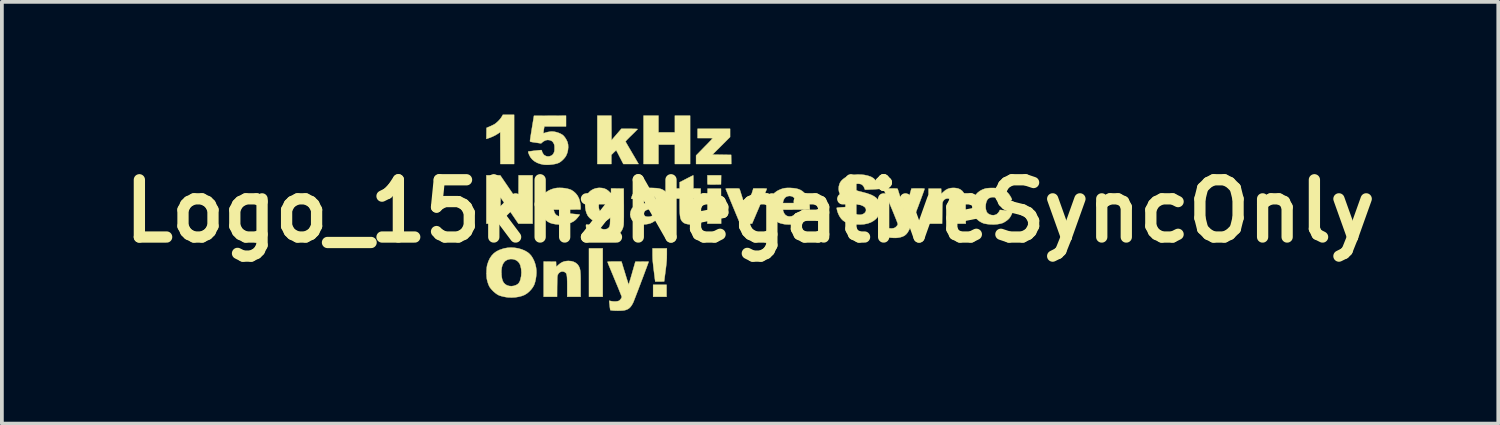
<source format=kicad_pcb>
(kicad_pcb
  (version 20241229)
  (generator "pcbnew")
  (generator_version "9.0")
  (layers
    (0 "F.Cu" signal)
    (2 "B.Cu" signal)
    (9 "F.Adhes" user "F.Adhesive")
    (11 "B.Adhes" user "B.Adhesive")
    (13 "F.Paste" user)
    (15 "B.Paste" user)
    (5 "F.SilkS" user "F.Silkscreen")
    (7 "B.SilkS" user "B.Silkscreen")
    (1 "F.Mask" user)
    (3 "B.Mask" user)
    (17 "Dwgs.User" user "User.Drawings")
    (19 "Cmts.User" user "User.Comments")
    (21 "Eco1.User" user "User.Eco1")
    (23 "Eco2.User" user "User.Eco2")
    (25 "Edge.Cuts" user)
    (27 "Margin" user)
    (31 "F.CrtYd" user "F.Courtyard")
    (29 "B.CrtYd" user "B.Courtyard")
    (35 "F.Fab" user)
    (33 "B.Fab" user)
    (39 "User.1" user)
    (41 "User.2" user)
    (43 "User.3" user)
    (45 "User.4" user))
  (footprint "Logo_15khzNegativeSyncOnly"
    (layer "F.Cu")
    (at 16.916 2.57)
    (property "Reference" "Logo_15khzNegativeSyncOnly" (at 0 0 0) (layer "F.SilkS") (effects (font (size 1.524 1.524) (thickness 0.3))))
    (attr through_hole)
    (fp_poly (pts (xy -3.922 2.279) (xy -4.288 2.279) (xy -4.288 0.992) (xy -3.922 0.992) (xy -3.922 2.279)) (stroke (width 0.01) (type solid)) (fill yes) (layer "F.SilkS"))
    (fp_poly (pts (xy -2.223 2.279) (xy -2.58 2.279) (xy -2.58 1.961) (xy -2.223 1.961) (xy -2.223 2.279)) (stroke (width 0.01) (type solid)) (fill yes) (layer "F.SilkS"))
    (fp_poly (pts (xy -0.772 -0.133) (xy -0.77 0.333) (xy -1.136 0.333) (xy -1.133 -0.133) (xy -1.131 -0.599) (xy -0.774 -0.599) (xy -0.772 -0.133)) (stroke (width 0.01) (type solid)) (fill yes) (layer "F.SilkS"))
    (fp_poly (pts (xy -2.438 -2.096) (xy -2.001 -2.096) (xy -2.001 -2.541) (xy -1.596 -2.541) (xy -1.596 -1.255) (xy -2.001 -1.255) (xy -2.001 -1.771) (xy -2.438 -1.771) (xy -2.438 -1.255) (xy -2.835 -1.255) (xy -2.835 -2.541) (xy -2.438 -2.541) (xy -2.438 -2.096)) (stroke (width 0.01) (type solid)) (fill yes) (layer "F.SilkS"))
    (fp_poly (pts (xy -5.788 0.333) (xy -6.166 0.333) (xy -6.404 -0.016) (xy -6.642 -0.365) (xy -6.644 -0.016) (xy -6.646 0.333) (xy -7.019 0.333) (xy -7.019 -0.953) (xy -6.834 -0.953) (xy -6.65 -0.952) (xy -6.408 -0.598) (xy -6.165 -0.243) (xy -6.163 -0.598) (xy -6.161 -0.953) (xy -5.788 -0.953) (xy -5.788 0.333)) (stroke (width 0.01) (type solid)) (fill yes) (layer "F.SilkS"))
    (fp_poly (pts (xy -0.774 -0.711) (xy -0.949 -0.708) (xy -1.001 -0.708) (xy -1.046 -0.708) (xy -1.084 -0.709) (xy -1.112 -0.71) (xy -1.128 -0.711) (xy -1.13 -0.712) (xy -1.132 -0.721) (xy -1.134 -0.744) (xy -1.135 -0.776) (xy -1.135 -0.816) (xy -1.135 -0.835) (xy -1.135 -0.953) (xy -0.77 -0.953) (xy -0.774 -0.711)) (stroke (width 0.01) (type solid)) (fill yes) (layer "F.SilkS"))
    (fp_poly (pts (xy -6.281 -1.255) (xy -6.646 -1.255) (xy -6.648 -1.679) (xy -6.65 -2.104) (xy -6.709 -2.063) (xy -6.78 -2.02) (xy -6.858 -1.982) (xy -6.947 -1.947) (xy -6.95 -1.946) (xy -7.019 -1.922) (xy -7.017 -2.069) (xy -7.015 -2.216) (xy -6.935 -2.25) (xy -6.896 -2.267) (xy -6.857 -2.286) (xy -6.823 -2.303) (xy -6.808 -2.31) (xy -6.77 -2.337) (xy -6.728 -2.373) (xy -6.685 -2.415) (xy -6.647 -2.459) (xy -6.617 -2.501) (xy -6.611 -2.511) (xy -6.58 -2.565) (xy -6.281 -2.565) (xy -6.281 -1.255)) (stroke (width 0.01) (type solid)) (fill yes) (layer "F.SilkS"))
    (fp_poly (pts (xy -0.532 -1.973) (xy -0.766 -1.739) (xy -1.001 -1.505) (xy -0.752 -1.501) (xy -0.504 -1.497) (xy -0.5 -1.255) (xy -1.437 -1.255) (xy -1.437 -1.481) (xy -1.215 -1.709) (xy -1.166 -1.758) (xy -1.121 -1.804) (xy -1.081 -1.846) (xy -1.047 -1.881) (xy -1.021 -1.91) (xy -1.002 -1.929) (xy -0.993 -1.94) (xy -0.992 -1.941) (xy -1 -1.942) (xy -1.021 -1.943) (xy -1.054 -1.944) (xy -1.097 -1.945) (xy -1.147 -1.945) (xy -1.195 -1.945) (xy -1.397 -1.945) (xy -1.397 -2.191) (xy -0.532 -2.191) (xy -0.532 -1.973)) (stroke (width 0.01) (type solid)) (fill yes) (layer "F.SilkS"))
    (fp_poly (pts (xy -2.215 1.153) (xy -2.216 1.199) (xy -2.216 1.24) (xy -2.218 1.279) (xy -2.22 1.318) (xy -2.224 1.36) (xy -2.228 1.407) (xy -2.235 1.464) (xy -2.243 1.531) (xy -2.251 1.592) (xy -2.259 1.656) (xy -2.267 1.716) (xy -2.274 1.768) (xy -2.279 1.812) (xy -2.283 1.845) (xy -2.286 1.865) (xy -2.287 1.872) (xy -2.294 1.872) (xy -2.315 1.873) (xy -2.346 1.874) (xy -2.384 1.874) (xy -2.405 1.874) (xy -2.524 1.874) (xy -2.528 1.844) (xy -2.53 1.829) (xy -2.534 1.8) (xy -2.539 1.76) (xy -2.545 1.711) (xy -2.552 1.654) (xy -2.56 1.592) (xy -2.565 1.554) (xy -2.574 1.476) (xy -2.581 1.41) (xy -2.587 1.355) (xy -2.591 1.307) (xy -2.594 1.263) (xy -2.595 1.22) (xy -2.596 1.176) (xy -2.596 1.143) (xy -2.596 0.992) (xy -2.215 0.992) (xy -2.215 1.153)) (stroke (width 0.01) (type solid)) (fill yes) (layer "F.SilkS"))
    (fp_poly (pts (xy -3.688 -1.887) (xy -3.557 -2.039) (xy -3.426 -2.191) (xy -3.21 -2.191) (xy -3.148 -2.191) (xy -3.094 -2.19) (xy -3.05 -2.189) (xy -3.018 -2.188) (xy -2.998 -2.186) (xy -2.993 -2.184) (xy -2.999 -2.177) (xy -3.014 -2.16) (xy -3.039 -2.135) (xy -3.07 -2.104) (xy -3.107 -2.067) (xy -3.148 -2.027) (xy -3.156 -2.019) (xy -3.205 -1.972) (xy -3.245 -1.931) (xy -3.278 -1.898) (xy -3.3 -1.872) (xy -3.313 -1.856) (xy -3.315 -1.851) (xy -3.31 -1.842) (xy -3.298 -1.821) (xy -3.28 -1.789) (xy -3.256 -1.748) (xy -3.228 -1.7) (xy -3.196 -1.645) (xy -3.161 -1.586) (xy -3.149 -1.565) (xy -3.114 -1.505) (xy -3.08 -1.448) (xy -3.05 -1.396) (xy -3.024 -1.351) (xy -3.003 -1.315) (xy -2.988 -1.289) (xy -2.979 -1.274) (xy -2.978 -1.272) (xy -2.969 -1.255) (xy -3.373 -1.255) (xy -3.466 -1.435) (xy -3.491 -1.484) (xy -3.514 -1.529) (xy -3.534 -1.566) (xy -3.549 -1.595) (xy -3.559 -1.613) (xy -3.562 -1.619) (xy -3.569 -1.616) (xy -3.584 -1.602) (xy -3.606 -1.582) (xy -3.629 -1.56) (xy -3.692 -1.497) (xy -3.692 -1.255) (xy -4.065 -1.255) (xy -4.065 -2.541) (xy -3.692 -2.541) (xy -3.688 -1.887)) (stroke (width 0.01) (type solid)) (fill yes) (layer "F.SilkS"))
    (fp_poly (pts (xy -4.757 1.332) (xy -4.692 1.351) (xy -4.637 1.38) (xy -4.591 1.419) (xy -4.558 1.468) (xy -4.558 1.468) (xy -4.547 1.492) (xy -4.537 1.514) (xy -4.53 1.539) (xy -4.524 1.566) (xy -4.519 1.598) (xy -4.516 1.636) (xy -4.513 1.682) (xy -4.511 1.738) (xy -4.51 1.805) (xy -4.51 1.885) (xy -4.51 1.957) (xy -4.51 2.279) (xy -4.867 2.279) (xy -4.867 2.023) (xy -4.867 1.938) (xy -4.868 1.867) (xy -4.87 1.809) (xy -4.872 1.763) (xy -4.876 1.726) (xy -4.88 1.697) (xy -4.887 1.675) (xy -4.894 1.659) (xy -4.903 1.646) (xy -4.907 1.643) (xy -4.941 1.618) (xy -4.98 1.607) (xy -5.019 1.609) (xy -5.057 1.624) (xy -5.09 1.65) (xy -5.115 1.688) (xy -5.116 1.69) (xy -5.12 1.701) (xy -5.124 1.712) (xy -5.127 1.726) (xy -5.129 1.744) (xy -5.131 1.767) (xy -5.132 1.799) (xy -5.133 1.84) (xy -5.134 1.893) (xy -5.135 1.958) (xy -5.136 2.003) (xy -5.138 2.279) (xy -5.494 2.279) (xy -5.494 1.342) (xy -5.33 1.344) (xy -5.165 1.346) (xy -5.16 1.486) (xy -5.103 1.432) (xy -5.048 1.387) (xy -4.993 1.356) (xy -4.934 1.336) (xy -4.867 1.327) (xy -4.828 1.326) (xy -4.757 1.332)) (stroke (width 0.01) (type solid)) (fill yes) (layer "F.SilkS"))
    (fp_poly (pts (xy 5.443 -0.617) (xy 5.49 -0.612) (xy 5.527 -0.605) (xy 5.56 -0.594) (xy 5.594 -0.577) (xy 5.606 -0.57) (xy 5.649 -0.536) (xy 5.684 -0.491) (xy 5.712 -0.432) (xy 5.718 -0.414) (xy 5.723 -0.401) (xy 5.726 -0.388) (xy 5.729 -0.373) (xy 5.731 -0.356) (xy 5.733 -0.333) (xy 5.735 -0.305) (xy 5.736 -0.269) (xy 5.737 -0.223) (xy 5.738 -0.166) (xy 5.738 -0.097) (xy 5.739 -0.014) (xy 5.742 0.333) (xy 5.385 0.333) (xy 5.381 0.05) (xy 5.38 -0.034) (xy 5.379 -0.103) (xy 5.377 -0.158) (xy 5.376 -0.201) (xy 5.373 -0.232) (xy 5.371 -0.252) (xy 5.368 -0.262) (xy 5.348 -0.298) (xy 5.319 -0.322) (xy 5.285 -0.335) (xy 5.248 -0.337) (xy 5.211 -0.329) (xy 5.176 -0.31) (xy 5.148 -0.28) (xy 5.132 -0.252) (xy 5.128 -0.242) (xy 5.125 -0.229) (xy 5.122 -0.213) (xy 5.12 -0.192) (xy 5.119 -0.163) (xy 5.118 -0.126) (xy 5.117 -0.077) (xy 5.116 -0.017) (xy 5.115 0.058) (xy 5.112 0.333) (xy 4.748 0.333) (xy 4.75 -0.133) (xy 4.752 -0.599) (xy 5.086 -0.599) (xy 5.09 -0.459) (xy 5.147 -0.512) (xy 5.204 -0.56) (xy 5.264 -0.592) (xy 5.327 -0.611) (xy 5.398 -0.618) (xy 5.443 -0.617)) (stroke (width 0.01) (type solid)) (fill yes) (layer "F.SilkS"))
    (fp_poly (pts (xy -1.512 -0.945) (xy -1.51 -0.924) (xy -1.51 -0.892) (xy -1.509 -0.85) (xy -1.509 -0.802) (xy -1.509 -0.778) (xy -1.509 -0.604) (xy -1.411 -0.602) (xy -1.314 -0.599) (xy -1.314 -0.337) (xy -1.411 -0.335) (xy -1.509 -0.333) (xy -1.509 -0.138) (xy -1.508 -0.077) (xy -1.507 -0.023) (xy -1.506 0.02) (xy -1.504 0.051) (xy -1.501 0.069) (xy -1.501 0.072) (xy -1.483 0.088) (xy -1.454 0.096) (xy -1.415 0.096) (xy -1.388 0.091) (xy -1.361 0.087) (xy -1.341 0.085) (xy -1.333 0.086) (xy -1.33 0.096) (xy -1.326 0.118) (xy -1.322 0.149) (xy -1.319 0.183) (xy -1.314 0.222) (xy -1.31 0.257) (xy -1.307 0.285) (xy -1.305 0.299) (xy -1.303 0.316) (xy -1.309 0.325) (xy -1.325 0.331) (xy -1.331 0.332) (xy -1.355 0.337) (xy -1.39 0.342) (xy -1.432 0.347) (xy -1.476 0.351) (xy -1.517 0.355) (xy -1.551 0.356) (xy -1.568 0.356) (xy -1.593 0.355) (xy -1.626 0.352) (xy -1.655 0.348) (xy -1.715 0.335) (xy -1.764 0.313) (xy -1.802 0.281) (xy -1.803 0.28) (xy -1.821 0.257) (xy -1.836 0.232) (xy -1.848 0.203) (xy -1.857 0.168) (xy -1.864 0.126) (xy -1.869 0.075) (xy -1.872 0.013) (xy -1.873 -0.061) (xy -1.874 -0.145) (xy -1.874 -0.333) (xy -2.005 -0.337) (xy -2.005 -0.599) (xy -1.874 -0.604) (xy -1.874 -0.769) (xy -1.695 -0.861) (xy -1.647 -0.886) (xy -1.603 -0.908) (xy -1.565 -0.927) (xy -1.537 -0.942) (xy -1.518 -0.95) (xy -1.513 -0.953) (xy -1.512 -0.945)) (stroke (width 0.01) (type solid)) (fill yes) (layer "F.SilkS"))
    (fp_poly (pts (xy 0.327 -0.603) (xy 0.372 -0.603) (xy 0.405 -0.601) (xy 0.427 -0.6) (xy 0.44 -0.597) (xy 0.445 -0.594) (xy 0.445 -0.593) (xy 0.442 -0.583) (xy 0.433 -0.561) (xy 0.42 -0.529) (xy 0.404 -0.489) (xy 0.385 -0.443) (xy 0.378 -0.428) (xy 0.36 -0.385) (xy 0.337 -0.331) (xy 0.309 -0.267) (xy 0.279 -0.196) (xy 0.248 -0.122) (xy 0.216 -0.047) (xy 0.185 0.026) (xy 0.183 0.03) (xy 0.054 0.333) (xy -0.266 0.333) (xy -0.455 -0.121) (xy -0.488 -0.202) (xy -0.52 -0.278) (xy -0.549 -0.349) (xy -0.576 -0.414) (xy -0.599 -0.47) (xy -0.618 -0.517) (xy -0.633 -0.553) (xy -0.643 -0.578) (xy -0.648 -0.589) (xy -0.648 -0.59) (xy -0.649 -0.594) (xy -0.646 -0.597) (xy -0.638 -0.6) (xy -0.622 -0.602) (xy -0.598 -0.603) (xy -0.563 -0.603) (xy -0.515 -0.603) (xy -0.469 -0.603) (xy -0.411 -0.603) (xy -0.366 -0.603) (xy -0.333 -0.603) (xy -0.31 -0.601) (xy -0.295 -0.599) (xy -0.287 -0.597) (xy -0.282 -0.593) (xy -0.278 -0.587) (xy -0.278 -0.586) (xy -0.274 -0.574) (xy -0.266 -0.549) (xy -0.254 -0.513) (xy -0.24 -0.467) (xy -0.223 -0.413) (xy -0.204 -0.353) (xy -0.186 -0.294) (xy -0.167 -0.232) (xy -0.149 -0.174) (xy -0.134 -0.122) (xy -0.12 -0.08) (xy -0.11 -0.047) (xy -0.103 -0.026) (xy -0.101 -0.019) (xy -0.098 -0.025) (xy -0.091 -0.045) (xy -0.081 -0.074) (xy -0.068 -0.113) (xy -0.054 -0.157) (xy -0.053 -0.161) (xy -0.034 -0.22) (xy -0.013 -0.287) (xy 0.01 -0.357) (xy 0.03 -0.422) (xy 0.041 -0.455) (xy 0.088 -0.603) (xy 0.266 -0.603) (xy 0.327 -0.603)) (stroke (width 0.01) (type solid)) (fill yes) (layer "F.SilkS"))
    (fp_poly (pts (xy -4.996 -0.617) (xy -4.924 -0.609) (xy -4.856 -0.596) (xy -4.796 -0.579) (xy -4.762 -0.565) (xy -4.7 -0.526) (xy -4.643 -0.475) (xy -4.595 -0.415) (xy -4.559 -0.348) (xy -4.547 -0.317) (xy -4.533 -0.267) (xy -4.522 -0.212) (xy -4.514 -0.155) (xy -4.511 -0.105) (xy -4.511 -0.083) (xy -4.514 -0.044) (xy -4.87 -0.042) (xy -5.226 -0.04) (xy -5.221 -0.01) (xy -5.205 0.041) (xy -5.179 0.083) (xy -5.143 0.114) (xy -5.094 0.136) (xy -5.042 0.142) (xy -4.991 0.135) (xy -4.943 0.113) (xy -4.915 0.091) (xy -4.879 0.058) (xy -4.708 0.074) (xy -4.658 0.079) (xy -4.613 0.083) (xy -4.577 0.087) (xy -4.55 0.09) (xy -4.536 0.092) (xy -4.535 0.092) (xy -4.537 0.1) (xy -4.548 0.116) (xy -4.565 0.139) (xy -4.586 0.166) (xy -4.609 0.193) (xy -4.632 0.218) (xy -4.642 0.229) (xy -4.694 0.27) (xy -4.758 0.304) (xy -4.832 0.329) (xy -4.916 0.347) (xy -5.007 0.356) (xy -5.103 0.355) (xy -5.181 0.348) (xy -5.258 0.334) (xy -5.325 0.313) (xy -5.384 0.281) (xy -5.439 0.238) (xy -5.467 0.211) (xy -5.515 0.151) (xy -5.551 0.082) (xy -5.576 0.007) (xy -5.589 -0.072) (xy -5.591 -0.153) (xy -5.581 -0.232) (xy -5.224 -0.232) (xy -5.219 -0.224) (xy -5.206 -0.218) (xy -5.184 -0.216) (xy -5.151 -0.214) (xy -5.106 -0.214) (xy -5.05 -0.214) (xy -4.875 -0.214) (xy -4.88 -0.236) (xy -4.892 -0.278) (xy -4.906 -0.316) (xy -4.92 -0.345) (xy -4.924 -0.351) (xy -4.952 -0.377) (xy -4.989 -0.395) (xy -5.033 -0.403) (xy -5.078 -0.402) (xy -5.121 -0.39) (xy -5.125 -0.388) (xy -5.166 -0.362) (xy -5.194 -0.327) (xy -5.212 -0.284) (xy -5.219 -0.262) (xy -5.224 -0.245) (xy -5.224 -0.232) (xy -5.581 -0.232) (xy -5.581 -0.234) (xy -5.559 -0.313) (xy -5.525 -0.387) (xy -5.48 -0.455) (xy -5.47 -0.467) (xy -5.431 -0.503) (xy -5.38 -0.537) (xy -5.319 -0.568) (xy -5.254 -0.592) (xy -5.197 -0.608) (xy -5.137 -0.617) (xy -5.069 -0.619) (xy -4.996 -0.617)) (stroke (width 0.01) (type solid)) (fill yes) (layer "F.SilkS"))
    (fp_poly (pts (xy -6.266 0.976) (xy -6.172 0.991) (xy -6.082 1.017) (xy -5.998 1.051) (xy -5.924 1.094) (xy -5.881 1.128) (xy -5.831 1.181) (xy -5.787 1.247) (xy -5.749 1.323) (xy -5.719 1.406) (xy -5.698 1.494) (xy -5.688 1.575) (xy -5.687 1.648) (xy -5.693 1.726) (xy -5.704 1.804) (xy -5.72 1.879) (xy -5.741 1.945) (xy -5.749 1.966) (xy -5.782 2.026) (xy -5.827 2.086) (xy -5.879 2.141) (xy -5.936 2.189) (xy -5.994 2.225) (xy -5.998 2.228) (xy -6.074 2.258) (xy -6.159 2.28) (xy -6.252 2.295) (xy -6.346 2.3) (xy -6.44 2.296) (xy -6.459 2.294) (xy -6.515 2.286) (xy -6.571 2.274) (xy -6.624 2.261) (xy -6.668 2.247) (xy -6.685 2.241) (xy -6.731 2.216) (xy -6.78 2.181) (xy -6.83 2.138) (xy -6.875 2.092) (xy -6.914 2.046) (xy -6.935 2.015) (xy -6.958 1.967) (xy -6.981 1.904) (xy -7.001 1.83) (xy -7.009 1.789) (xy -7.013 1.736) (xy -7.015 1.676) (xy -7.015 1.613) (xy -7.014 1.584) (xy -6.619 1.584) (xy -6.619 1.663) (xy -6.612 1.743) (xy -6.6 1.809) (xy -6.582 1.863) (xy -6.557 1.907) (xy -6.524 1.941) (xy -6.483 1.968) (xy -6.473 1.973) (xy -6.416 1.992) (xy -6.354 1.998) (xy -6.29 1.99) (xy -6.23 1.969) (xy -6.225 1.967) (xy -6.185 1.943) (xy -6.155 1.913) (xy -6.132 1.875) (xy -6.114 1.826) (xy -6.093 1.731) (xy -6.086 1.633) (xy -6.093 1.537) (xy -6.114 1.445) (xy -6.116 1.439) (xy -6.141 1.387) (xy -6.177 1.343) (xy -6.223 1.309) (xy -6.275 1.287) (xy -6.332 1.276) (xy -6.391 1.277) (xy -6.451 1.292) (xy -6.476 1.303) (xy -6.524 1.334) (xy -6.562 1.379) (xy -6.591 1.435) (xy -6.61 1.504) (xy -6.619 1.584) (xy -7.014 1.584) (xy -7.012 1.552) (xy -7.008 1.496) (xy -7 1.45) (xy -6.997 1.435) (xy -6.965 1.338) (xy -6.926 1.255) (xy -6.878 1.184) (xy -6.821 1.124) (xy -6.753 1.074) (xy -6.673 1.034) (xy -6.58 1.002) (xy -6.547 0.992) (xy -6.456 0.976) (xy -6.361 0.97) (xy -6.266 0.976)) (stroke (width 0.01) (type solid)) (fill yes) (layer "F.SilkS"))
    (fp_poly (pts (xy 6.479 -0.616) (xy 6.541 -0.613) (xy 6.597 -0.608) (xy 6.644 -0.6) (xy 6.657 -0.597) (xy 6.723 -0.576) (xy 6.777 -0.552) (xy 6.822 -0.523) (xy 6.862 -0.486) (xy 6.9 -0.438) (xy 6.904 -0.433) (xy 6.923 -0.404) (xy 6.941 -0.373) (xy 6.957 -0.343) (xy 6.967 -0.318) (xy 6.971 -0.303) (xy 6.964 -0.3) (xy 6.943 -0.295) (xy 6.912 -0.29) (xy 6.872 -0.284) (xy 6.834 -0.279) (xy 6.787 -0.273) (xy 6.743 -0.267) (xy 6.707 -0.262) (xy 6.68 -0.258) (xy 6.668 -0.257) (xy 6.65 -0.255) (xy 6.638 -0.26) (xy 6.628 -0.274) (xy 6.623 -0.284) (xy 6.595 -0.323) (xy 6.557 -0.351) (xy 6.513 -0.368) (xy 6.464 -0.373) (xy 6.414 -0.367) (xy 6.365 -0.347) (xy 6.344 -0.333) (xy 6.32 -0.308) (xy 6.299 -0.27) (xy 6.283 -0.223) (xy 6.274 -0.171) (xy 6.27 -0.118) (xy 6.274 -0.066) (xy 6.276 -0.054) (xy 6.288 -0.008) (xy 6.302 0.026) (xy 6.321 0.051) (xy 6.339 0.067) (xy 6.385 0.093) (xy 6.436 0.107) (xy 6.489 0.108) (xy 6.538 0.096) (xy 6.558 0.087) (xy 6.585 0.066) (xy 6.612 0.037) (xy 6.633 0.006) (xy 6.641 -0.014) (xy 6.649 -0.028) (xy 6.656 -0.032) (xy 6.667 -0.031) (xy 6.69 -0.029) (xy 6.725 -0.025) (xy 6.767 -0.021) (xy 6.816 -0.016) (xy 6.827 -0.015) (xy 6.989 0.003) (xy 6.984 0.027) (xy 6.975 0.056) (xy 6.959 0.092) (xy 6.939 0.131) (xy 6.917 0.167) (xy 6.904 0.185) (xy 6.875 0.216) (xy 6.836 0.249) (xy 6.792 0.279) (xy 6.748 0.305) (xy 6.719 0.318) (xy 6.654 0.336) (xy 6.578 0.349) (xy 6.496 0.355) (xy 6.41 0.354) (xy 6.324 0.346) (xy 6.324 0.346) (xy 6.28 0.339) (xy 6.246 0.333) (xy 6.22 0.326) (xy 6.195 0.317) (xy 6.167 0.304) (xy 6.151 0.296) (xy 6.09 0.259) (xy 6.036 0.211) (xy 5.989 0.155) (xy 5.954 0.096) (xy 5.938 0.056) (xy 5.922 -0.018) (xy 5.914 -0.096) (xy 5.915 -0.175) (xy 5.924 -0.252) (xy 5.942 -0.321) (xy 5.959 -0.362) (xy 6 -0.428) (xy 6.054 -0.487) (xy 6.118 -0.537) (xy 6.191 -0.576) (xy 6.261 -0.6) (xy 6.302 -0.608) (xy 6.355 -0.613) (xy 6.416 -0.616) (xy 6.479 -0.616)) (stroke (width 0.01) (type solid)) (fill yes) (layer "F.SilkS"))
    (fp_poly (pts (xy 1.075 -0.617) (xy 1.158 -0.611) (xy 1.228 -0.601) (xy 1.288 -0.585) (xy 1.341 -0.563) (xy 1.39 -0.533) (xy 1.436 -0.494) (xy 1.45 -0.481) (xy 1.496 -0.428) (xy 1.532 -0.373) (xy 1.557 -0.31) (xy 1.575 -0.24) (xy 1.584 -0.157) (xy 1.586 -0.133) (xy 1.59 -0.04) (xy 1.232 -0.04) (xy 1.158 -0.04) (xy 1.089 -0.039) (xy 1.028 -0.039) (xy 0.974 -0.039) (xy 0.93 -0.038) (xy 0.898 -0.038) (xy 0.878 -0.037) (xy 0.873 -0.037) (xy 0.876 -0.028) (xy 0.881 -0.008) (xy 0.889 0.018) (xy 0.889 0.018) (xy 0.912 0.067) (xy 0.944 0.105) (xy 0.986 0.13) (xy 1.034 0.142) (xy 1.088 0.14) (xy 1.115 0.134) (xy 1.137 0.124) (xy 1.164 0.106) (xy 1.182 0.092) (xy 1.219 0.057) (xy 1.389 0.073) (xy 1.44 0.078) (xy 1.484 0.083) (xy 1.521 0.087) (xy 1.548 0.09) (xy 1.562 0.092) (xy 1.563 0.092) (xy 1.562 0.101) (xy 1.551 0.118) (xy 1.534 0.142) (xy 1.511 0.17) (xy 1.485 0.2) (xy 1.476 0.21) (xy 1.436 0.249) (xy 1.394 0.28) (xy 1.349 0.304) (xy 1.295 0.322) (xy 1.232 0.337) (xy 1.183 0.346) (xy 1.099 0.354) (xy 1.01 0.355) (xy 0.949 0.352) (xy 0.906 0.346) (xy 0.858 0.336) (xy 0.811 0.324) (xy 0.772 0.311) (xy 0.758 0.305) (xy 0.7 0.27) (xy 0.646 0.222) (xy 0.598 0.166) (xy 0.561 0.104) (xy 0.546 0.07) (xy 0.52 -0.022) (xy 0.51 -0.113) (xy 0.515 -0.204) (xy 0.517 -0.214) (xy 0.873 -0.214) (xy 1.048 -0.214) (xy 1.105 -0.214) (xy 1.149 -0.215) (xy 1.181 -0.216) (xy 1.202 -0.217) (xy 1.215 -0.22) (xy 1.221 -0.223) (xy 1.223 -0.227) (xy 1.219 -0.247) (xy 1.211 -0.275) (xy 1.199 -0.306) (xy 1.187 -0.334) (xy 1.175 -0.353) (xy 1.173 -0.355) (xy 1.138 -0.383) (xy 1.095 -0.399) (xy 1.048 -0.404) (xy 1.001 -0.397) (xy 0.959 -0.38) (xy 0.929 -0.356) (xy 0.909 -0.328) (xy 0.891 -0.29) (xy 0.879 -0.25) (xy 0.878 -0.244) (xy 0.873 -0.214) (xy 0.517 -0.214) (xy 0.533 -0.283) (xy 0.563 -0.362) (xy 0.601 -0.428) (xy 0.649 -0.483) (xy 0.709 -0.529) (xy 0.762 -0.558) (xy 0.82 -0.583) (xy 0.873 -0.601) (xy 0.926 -0.612) (xy 0.984 -0.617) (xy 1.051 -0.618) (xy 1.075 -0.617)) (stroke (width 0.01) (type solid)) (fill yes) (layer "F.SilkS"))
    (fp_poly (pts (xy -3.404 1.403) (xy -3.371 1.513) (xy -3.341 1.609) (xy -3.316 1.691) (xy -3.295 1.76) (xy -3.277 1.817) (xy -3.262 1.863) (xy -3.251 1.898) (xy -3.242 1.924) (xy -3.236 1.942) (xy -3.233 1.951) (xy -3.231 1.953) (xy -3.228 1.946) (xy -3.221 1.925) (xy -3.211 1.892) (xy -3.198 1.848) (xy -3.182 1.796) (xy -3.165 1.737) (xy -3.146 1.672) (xy -3.14 1.65) (xy -3.053 1.346) (xy -2.876 1.344) (xy -2.825 1.343) (xy -2.78 1.343) (xy -2.743 1.343) (xy -2.716 1.344) (xy -2.701 1.345) (xy -2.7 1.345) (xy -2.702 1.355) (xy -2.71 1.378) (xy -2.723 1.413) (xy -2.739 1.458) (xy -2.759 1.512) (xy -2.783 1.574) (xy -2.808 1.642) (xy -2.835 1.715) (xy -2.864 1.792) (xy -2.894 1.87) (xy -2.923 1.948) (xy -2.953 2.026) (xy -2.981 2.101) (xy -3.009 2.172) (xy -3.034 2.238) (xy -3.057 2.297) (xy -3.077 2.348) (xy -3.093 2.39) (xy -3.105 2.42) (xy -3.113 2.437) (xy -3.114 2.44) (xy -3.147 2.5) (xy -3.18 2.547) (xy -3.215 2.582) (xy -3.255 2.609) (xy -3.303 2.629) (xy -3.343 2.64) (xy -3.374 2.645) (xy -3.416 2.648) (xy -3.466 2.65) (xy -3.52 2.651) (xy -3.574 2.65) (xy -3.625 2.648) (xy -3.667 2.644) (xy -3.671 2.644) (xy -3.696 2.64) (xy -3.714 2.637) (xy -3.72 2.635) (xy -3.722 2.626) (xy -3.725 2.605) (xy -3.73 2.575) (xy -3.734 2.54) (xy -3.738 2.502) (xy -3.742 2.466) (xy -3.746 2.435) (xy -3.747 2.413) (xy -3.748 2.405) (xy -3.748 2.385) (xy -3.694 2.396) (xy -3.649 2.403) (xy -3.601 2.405) (xy -3.556 2.403) (xy -3.517 2.396) (xy -3.488 2.386) (xy -3.487 2.386) (xy -3.468 2.37) (xy -3.448 2.347) (xy -3.43 2.321) (xy -3.418 2.298) (xy -3.414 2.284) (xy -3.417 2.274) (xy -3.426 2.251) (xy -3.44 2.216) (xy -3.458 2.171) (xy -3.48 2.116) (xy -3.506 2.052) (xy -3.535 1.982) (xy -3.567 1.906) (xy -3.6 1.826) (xy -3.605 1.815) (xy -3.638 1.734) (xy -3.67 1.658) (xy -3.699 1.587) (xy -3.726 1.523) (xy -3.749 1.468) (xy -3.768 1.421) (xy -3.782 1.385) (xy -3.791 1.361) (xy -3.795 1.351) (xy -3.795 1.35) (xy -3.788 1.347) (xy -3.767 1.345) (xy -3.732 1.343) (xy -3.681 1.342) (xy -3.615 1.342) (xy -3.609 1.342) (xy -3.423 1.342) (xy -3.404 1.403)) (stroke (width 0.01) (type solid)) (fill yes) (layer "F.SilkS"))
    (fp_poly (pts (xy -4.899 -2.255) (xy -5.476 -2.255) (xy -5.491 -2.167) (xy -5.496 -2.132) (xy -5.499 -2.102) (xy -5.501 -2.082) (xy -5.5 -2.075) (xy -5.49 -2.075) (xy -5.472 -2.08) (xy -5.464 -2.083) (xy -5.43 -2.094) (xy -5.386 -2.105) (xy -5.339 -2.113) (xy -5.297 -2.119) (xy -5.273 -2.12) (xy -5.216 -2.115) (xy -5.155 -2.102) (xy -5.094 -2.082) (xy -5.037 -2.057) (xy -4.991 -2.029) (xy -4.976 -2.017) (xy -4.947 -1.986) (xy -4.916 -1.945) (xy -4.888 -1.898) (xy -4.866 -1.852) (xy -4.859 -1.834) (xy -4.844 -1.77) (xy -4.841 -1.698) (xy -4.848 -1.624) (xy -4.865 -1.551) (xy -4.893 -1.484) (xy -4.907 -1.457) (xy -4.933 -1.422) (xy -4.966 -1.384) (xy -5.004 -1.347) (xy -5.042 -1.316) (xy -5.076 -1.293) (xy -5.08 -1.291) (xy -5.129 -1.271) (xy -5.191 -1.255) (xy -5.26 -1.243) (xy -5.333 -1.235) (xy -5.405 -1.232) (xy -5.473 -1.235) (xy -5.499 -1.238) (xy -5.586 -1.257) (xy -5.666 -1.286) (xy -5.735 -1.325) (xy -5.794 -1.372) (xy -5.841 -1.428) (xy -5.866 -1.471) (xy -5.886 -1.514) (xy -5.899 -1.549) (xy -5.906 -1.573) (xy -5.906 -1.585) (xy -5.905 -1.585) (xy -5.896 -1.587) (xy -5.874 -1.591) (xy -5.841 -1.595) (xy -5.802 -1.6) (xy -5.757 -1.606) (xy -5.711 -1.611) (xy -5.666 -1.616) (xy -5.625 -1.62) (xy -5.59 -1.623) (xy -5.565 -1.624) (xy -5.553 -1.624) (xy -5.552 -1.624) (xy -5.543 -1.614) (xy -5.542 -1.606) (xy -5.537 -1.583) (xy -5.524 -1.554) (xy -5.507 -1.525) (xy -5.488 -1.5) (xy -5.477 -1.491) (xy -5.431 -1.465) (xy -5.382 -1.455) (xy -5.332 -1.46) (xy -5.285 -1.48) (xy -5.26 -1.498) (xy -5.24 -1.522) (xy -5.227 -1.546) (xy -5.217 -1.569) (xy -5.21 -1.589) (xy -5.207 -1.611) (xy -5.205 -1.64) (xy -5.205 -1.675) (xy -5.205 -1.715) (xy -5.207 -1.743) (xy -5.211 -1.764) (xy -5.218 -1.784) (xy -5.227 -1.804) (xy -5.249 -1.84) (xy -5.277 -1.866) (xy -5.314 -1.883) (xy -5.347 -1.892) (xy -5.399 -1.895) (xy -5.451 -1.882) (xy -5.502 -1.854) (xy -5.523 -1.838) (xy -5.563 -1.803) (xy -5.71 -1.825) (xy -5.761 -1.832) (xy -5.798 -1.838) (xy -5.825 -1.843) (xy -5.841 -1.847) (xy -5.851 -1.852) (xy -5.856 -1.857) (xy -5.857 -1.864) (xy -5.858 -1.866) (xy -5.857 -1.878) (xy -5.854 -1.904) (xy -5.848 -1.942) (xy -5.841 -1.99) (xy -5.832 -2.047) (xy -5.822 -2.111) (xy -5.811 -2.18) (xy -5.806 -2.211) (xy -5.752 -2.537) (xy -5.326 -2.539) (xy -4.899 -2.541) (xy -4.899 -2.255)) (stroke (width 0.01) (type solid)) (fill yes) (layer "F.SilkS"))
    (fp_poly (pts (xy -3.939 -0.615) (xy -3.877 -0.601) (xy -3.823 -0.577) (xy -3.773 -0.541) (xy -3.75 -0.519) (xy -3.7 -0.47) (xy -3.7 -0.604) (xy -3.531 -0.602) (xy -3.363 -0.599) (xy -3.36 -0.139) (xy -3.36 -0.03) (xy -3.36 0.067) (xy -3.36 0.153) (xy -3.361 0.226) (xy -3.362 0.286) (xy -3.364 0.332) (xy -3.365 0.363) (xy -3.367 0.376) (xy -3.384 0.447) (xy -3.414 0.514) (xy -3.455 0.572) (xy -3.504 0.62) (xy -3.52 0.632) (xy -3.575 0.661) (xy -3.642 0.684) (xy -3.72 0.701) (xy -3.804 0.71) (xy -3.895 0.713) (xy -3.988 0.707) (xy -4.002 0.706) (xy -4.082 0.694) (xy -4.148 0.679) (xy -4.203 0.66) (xy -4.248 0.635) (xy -4.284 0.604) (xy -4.315 0.565) (xy -4.325 0.55) (xy -4.339 0.521) (xy -4.35 0.488) (xy -4.36 0.453) (xy -4.366 0.419) (xy -4.368 0.39) (xy -4.366 0.368) (xy -4.36 0.358) (xy -4.357 0.357) (xy -4.346 0.358) (xy -4.323 0.36) (xy -4.288 0.364) (xy -4.245 0.368) (xy -4.197 0.373) (xy -4.186 0.374) (xy -4.025 0.392) (xy -4.003 0.424) (xy -3.975 0.456) (xy -3.94 0.475) (xy -3.896 0.484) (xy -3.879 0.484) (xy -3.827 0.479) (xy -3.787 0.463) (xy -3.757 0.436) (xy -3.747 0.419) (xy -3.739 0.403) (xy -3.734 0.385) (xy -3.73 0.362) (xy -3.727 0.33) (xy -3.726 0.287) (xy -3.725 0.278) (xy -3.722 0.171) (xy -3.754 0.2) (xy -3.814 0.244) (xy -3.879 0.274) (xy -3.949 0.29) (xy -4.02 0.293) (xy -4.091 0.282) (xy -4.159 0.258) (xy -4.223 0.22) (xy -4.262 0.188) (xy -4.287 0.162) (xy -4.31 0.135) (xy -4.325 0.113) (xy -4.355 0.049) (xy -4.375 -0.022) (xy -4.387 -0.099) (xy -4.389 -0.151) (xy -4.029 -0.151) (xy -4.027 -0.092) (xy -4.018 -0.046) (xy -4.004 -0.011) (xy -3.982 0.015) (xy -3.972 0.023) (xy -3.929 0.044) (xy -3.883 0.051) (xy -3.834 0.043) (xy -3.807 0.032) (xy -3.774 0.009) (xy -3.749 -0.027) (xy -3.732 -0.076) (xy -3.726 -0.128) (xy -3.727 -0.189) (xy -3.739 -0.242) (xy -3.76 -0.287) (xy -3.789 -0.322) (xy -3.825 -0.346) (xy -3.865 -0.357) (xy -3.91 -0.355) (xy -3.953 -0.34) (xy -3.975 -0.327) (xy -3.991 -0.31) (xy -4.006 -0.284) (xy -4.008 -0.279) (xy -4.018 -0.256) (xy -4.024 -0.235) (xy -4.028 -0.21) (xy -4.029 -0.178) (xy -4.029 -0.151) (xy -4.389 -0.151) (xy -4.39 -0.178) (xy -4.384 -0.257) (xy -4.37 -0.332) (xy -4.347 -0.402) (xy -4.317 -0.463) (xy -4.286 -0.504) (xy -4.236 -0.548) (xy -4.175 -0.583) (xy -4.108 -0.607) (xy -4.037 -0.618) (xy -4.011 -0.619) (xy -3.939 -0.615)) (stroke (width 0.01) (type solid)) (fill yes) (layer "F.SilkS"))
    (fp_poly (pts (xy -2.607 -0.617) (xy -2.539 -0.614) (xy -2.484 -0.611) (xy -2.439 -0.605) (xy -2.401 -0.597) (xy -2.367 -0.587) (xy -2.333 -0.573) (xy -2.32 -0.567) (xy -2.266 -0.532) (xy -2.224 -0.487) (xy -2.204 -0.454) (xy -2.194 -0.434) (xy -2.186 -0.416) (xy -2.18 -0.398) (xy -2.175 -0.377) (xy -2.171 -0.352) (xy -2.168 -0.322) (xy -2.165 -0.284) (xy -2.164 -0.236) (xy -2.162 -0.178) (xy -2.161 -0.106) (xy -2.16 -0.06) (xy -2.155 0.234) (xy -2.135 0.284) (xy -2.114 0.334) (xy -2.285 0.332) (xy -2.457 0.33) (xy -2.471 0.294) (xy -2.48 0.269) (xy -2.487 0.25) (xy -2.488 0.244) (xy -2.492 0.239) (xy -2.5 0.239) (xy -2.515 0.247) (xy -2.539 0.262) (xy -2.556 0.273) (xy -2.604 0.303) (xy -2.652 0.324) (xy -2.705 0.339) (xy -2.765 0.349) (xy -2.829 0.355) (xy -2.885 0.355) (xy -2.932 0.349) (xy -2.985 0.337) (xy -3.036 0.319) (xy -3.078 0.298) (xy -3.103 0.281) (xy -3.136 0.245) (xy -3.163 0.198) (xy -3.182 0.147) (xy -3.19 0.102) (xy -3.188 0.053) (xy -2.826 0.053) (xy -2.826 0.084) (xy -2.814 0.113) (xy -2.792 0.134) (xy -2.782 0.139) (xy -2.752 0.147) (xy -2.714 0.15) (xy -2.674 0.147) (xy -2.648 0.142) (xy -2.607 0.124) (xy -2.569 0.097) (xy -2.54 0.065) (xy -2.532 0.051) (xy -2.526 0.031) (xy -2.519 0.005) (xy -2.514 -0.025) (xy -2.51 -0.055) (xy -2.508 -0.081) (xy -2.509 -0.098) (xy -2.512 -0.103) (xy -2.523 -0.101) (xy -2.547 -0.095) (xy -2.578 -0.085) (xy -2.616 -0.074) (xy -2.655 -0.062) (xy -2.693 -0.05) (xy -2.727 -0.039) (xy -2.753 -0.03) (xy -2.767 -0.025) (xy -2.796 -0.005) (xy -2.816 0.022) (xy -2.826 0.053) (xy -3.188 0.053) (xy -3.188 0.051) (xy -3.176 -0.002) (xy -3.156 -0.05) (xy -3.14 -0.076) (xy -3.108 -0.106) (xy -3.061 -0.134) (xy -2.998 -0.159) (xy -2.921 -0.183) (xy -2.833 -0.202) (xy -2.769 -0.215) (xy -2.716 -0.227) (xy -2.673 -0.237) (xy -2.634 -0.248) (xy -2.596 -0.259) (xy -2.57 -0.268) (xy -2.507 -0.289) (xy -2.512 -0.316) (xy -2.525 -0.354) (xy -2.548 -0.382) (xy -2.584 -0.398) (xy -2.631 -0.405) (xy -2.638 -0.405) (xy -2.692 -0.4) (xy -2.739 -0.385) (xy -2.778 -0.362) (xy -2.805 -0.331) (xy -2.815 -0.309) (xy -2.823 -0.297) (xy -2.838 -0.296) (xy -2.841 -0.296) (xy -2.856 -0.298) (xy -2.883 -0.301) (xy -2.92 -0.305) (xy -2.965 -0.31) (xy -3.012 -0.315) (xy -3.162 -0.329) (xy -3.157 -0.355) (xy -3.148 -0.39) (xy -3.131 -0.429) (xy -3.11 -0.466) (xy -3.089 -0.496) (xy -3.086 -0.499) (xy -3.046 -0.534) (xy -3 -0.563) (xy -2.946 -0.586) (xy -2.884 -0.602) (xy -2.812 -0.612) (xy -2.728 -0.618) (xy -2.63 -0.618) (xy -2.607 -0.617)) (stroke (width 0.01) (type solid)) (fill yes) (layer "F.SilkS"))
    (fp_poly (pts (xy 4.529 -0.603) (xy 4.574 -0.603) (xy 4.606 -0.602) (xy 4.627 -0.6) (xy 4.64 -0.597) (xy 4.645 -0.594) (xy 4.645 -0.593) (xy 4.642 -0.583) (xy 4.634 -0.559) (xy 4.622 -0.523) (xy 4.605 -0.477) (xy 4.585 -0.422) (xy 4.562 -0.36) (xy 4.537 -0.291) (xy 4.509 -0.218) (xy 4.481 -0.141) (xy 4.451 -0.063) (xy 4.421 0.016) (xy 4.392 0.094) (xy 4.363 0.169) (xy 4.336 0.24) (xy 4.311 0.305) (xy 4.288 0.364) (xy 4.269 0.414) (xy 4.252 0.455) (xy 4.241 0.484) (xy 4.233 0.5) (xy 4.198 0.563) (xy 4.159 0.612) (xy 4.115 0.65) (xy 4.061 0.677) (xy 3.997 0.697) (xy 3.971 0.702) (xy 3.925 0.709) (xy 3.878 0.713) (xy 3.827 0.712) (xy 3.768 0.709) (xy 3.718 0.703) (xy 3.679 0.698) (xy 3.65 0.693) (xy 3.633 0.687) (xy 3.63 0.684) (xy 3.626 0.673) (xy 3.622 0.649) (xy 3.618 0.616) (xy 3.614 0.578) (xy 3.613 0.573) (xy 3.609 0.534) (xy 3.605 0.498) (xy 3.602 0.471) (xy 3.6 0.456) (xy 3.599 0.455) (xy 3.598 0.447) (xy 3.601 0.442) (xy 3.611 0.442) (xy 3.633 0.446) (xy 3.649 0.449) (xy 3.713 0.459) (xy 3.771 0.461) (xy 3.82 0.454) (xy 3.845 0.446) (xy 3.875 0.427) (xy 3.904 0.399) (xy 3.926 0.368) (xy 3.934 0.349) (xy 3.932 0.338) (xy 3.924 0.314) (xy 3.91 0.276) (xy 3.89 0.225) (xy 3.865 0.163) (xy 3.835 0.088) (xy 3.8 0.003) (xy 3.76 -0.093) (xy 3.747 -0.125) (xy 3.713 -0.205) (xy 3.681 -0.282) (xy 3.652 -0.353) (xy 3.625 -0.418) (xy 3.601 -0.474) (xy 3.582 -0.521) (xy 3.566 -0.557) (xy 3.556 -0.582) (xy 3.552 -0.593) (xy 3.551 -0.594) (xy 3.553 -0.597) (xy 3.563 -0.599) (xy 3.582 -0.601) (xy 3.613 -0.602) (xy 3.655 -0.603) (xy 3.711 -0.603) (xy 3.735 -0.603) (xy 3.794 -0.603) (xy 3.84 -0.603) (xy 3.874 -0.602) (xy 3.897 -0.601) (xy 3.913 -0.599) (xy 3.922 -0.596) (xy 3.927 -0.592) (xy 3.929 -0.59) (xy 3.933 -0.579) (xy 3.94 -0.555) (xy 3.952 -0.519) (xy 3.966 -0.474) (xy 3.983 -0.42) (xy 4.002 -0.36) (xy 4.022 -0.294) (xy 4.026 -0.281) (xy 4.046 -0.215) (xy 4.065 -0.155) (xy 4.082 -0.102) (xy 4.096 -0.057) (xy 4.107 -0.022) (xy 4.115 0.002) (xy 4.119 0.012) (xy 4.119 0.012) (xy 4.121 0.005) (xy 4.128 -0.016) (xy 4.137 -0.049) (xy 4.149 -0.09) (xy 4.164 -0.139) (xy 4.179 -0.194) (xy 4.196 -0.251) (xy 4.213 -0.311) (xy 4.23 -0.369) (xy 4.246 -0.425) (xy 4.261 -0.477) (xy 4.274 -0.522) (xy 4.284 -0.559) (xy 4.292 -0.585) (xy 4.295 -0.599) (xy 4.296 -0.6) (xy 4.303 -0.601) (xy 4.324 -0.602) (xy 4.357 -0.603) (xy 4.398 -0.603) (xy 4.447 -0.603) (xy 4.47 -0.603) (xy 4.529 -0.603)) (stroke (width 0.01) (type solid)) (fill yes) (layer "F.SilkS"))
    (fp_poly (pts (xy 2.948 -0.973) (xy 3.043 -0.963) (xy 3.132 -0.944) (xy 3.211 -0.917) (xy 3.225 -0.911) (xy 3.283 -0.877) (xy 3.332 -0.83) (xy 3.374 -0.77) (xy 3.387 -0.745) (xy 3.398 -0.72) (xy 3.41 -0.69) (xy 3.421 -0.659) (xy 3.429 -0.629) (xy 3.435 -0.606) (xy 3.436 -0.592) (xy 3.436 -0.591) (xy 3.427 -0.59) (xy 3.406 -0.588) (xy 3.374 -0.586) (xy 3.335 -0.583) (xy 3.292 -0.58) (xy 3.247 -0.578) (xy 3.204 -0.576) (xy 3.164 -0.574) (xy 3.132 -0.572) (xy 3.109 -0.572) (xy 3.106 -0.572) (xy 3.059 -0.572) (xy 3.041 -0.619) (xy 3.018 -0.665) (xy 2.986 -0.699) (xy 2.946 -0.72) (xy 2.895 -0.729) (xy 2.869 -0.73) (xy 2.826 -0.728) (xy 2.793 -0.722) (xy 2.769 -0.709) (xy 2.756 -0.698) (xy 2.735 -0.668) (xy 2.728 -0.636) (xy 2.735 -0.605) (xy 2.756 -0.579) (xy 2.767 -0.572) (xy 2.783 -0.565) (xy 2.811 -0.555) (xy 2.849 -0.544) (xy 2.894 -0.531) (xy 2.943 -0.518) (xy 2.953 -0.516) (xy 3.042 -0.493) (xy 3.117 -0.471) (xy 3.18 -0.45) (xy 3.233 -0.429) (xy 3.279 -0.406) (xy 3.318 -0.382) (xy 3.353 -0.356) (xy 3.367 -0.344) (xy 3.402 -0.307) (xy 3.43 -0.266) (xy 3.451 -0.218) (xy 3.461 -0.188) (xy 3.476 -0.114) (xy 3.475 -0.04) (xy 3.459 0.033) (xy 3.429 0.103) (xy 3.386 0.169) (xy 3.355 0.203) (xy 3.29 0.257) (xy 3.215 0.299) (xy 3.129 0.33) (xy 3.033 0.349) (xy 2.926 0.356) (xy 2.809 0.351) (xy 2.783 0.348) (xy 2.735 0.342) (xy 2.682 0.331) (xy 2.628 0.318) (xy 2.58 0.304) (xy 2.54 0.29) (xy 2.526 0.284) (xy 2.476 0.251) (xy 2.429 0.205) (xy 2.387 0.146) (xy 2.364 0.103) (xy 2.348 0.067) (xy 2.333 0.029) (xy 2.321 -0.009) (xy 2.313 -0.043) (xy 2.308 -0.069) (xy 2.308 -0.086) (xy 2.31 -0.089) (xy 2.319 -0.091) (xy 2.341 -0.093) (xy 2.374 -0.097) (xy 2.415 -0.1) (xy 2.453 -0.103) (xy 2.503 -0.106) (xy 2.55 -0.109) (xy 2.591 -0.112) (xy 2.623 -0.115) (xy 2.637 -0.116) (xy 2.682 -0.12) (xy 2.7 -0.058) (xy 2.723 -0.003) (xy 2.754 0.039) (xy 2.795 0.07) (xy 2.829 0.084) (xy 2.88 0.096) (xy 2.929 0.097) (xy 2.975 0.09) (xy 3.015 0.074) (xy 3.048 0.052) (xy 3.071 0.024) (xy 3.085 -0.008) (xy 3.086 -0.043) (xy 3.073 -0.081) (xy 3.071 -0.083) (xy 3.054 -0.105) (xy 3.028 -0.125) (xy 2.992 -0.144) (xy 2.944 -0.163) (xy 2.883 -0.182) (xy 2.836 -0.194) (xy 2.735 -0.223) (xy 2.647 -0.253) (xy 2.571 -0.286) (xy 2.51 -0.319) (xy 2.464 -0.353) (xy 2.443 -0.374) (xy 2.425 -0.398) (xy 2.405 -0.429) (xy 2.389 -0.459) (xy 2.367 -0.521) (xy 2.358 -0.589) (xy 2.363 -0.658) (xy 2.382 -0.726) (xy 2.398 -0.762) (xy 2.427 -0.804) (xy 2.468 -0.845) (xy 2.518 -0.883) (xy 2.575 -0.915) (xy 2.634 -0.94) (xy 2.664 -0.949) (xy 2.755 -0.966) (xy 2.851 -0.974) (xy 2.948 -0.973)) (stroke (width 0.01) (type solid)) (fill yes) (layer "F.SilkS")))
  (gr_rect
    (start -3 -3)
    (end 36.833 8.226)
    (stroke (width 0.1) (type default))
    (fill no)
    (layer "Edge.Cuts")))
</source>
